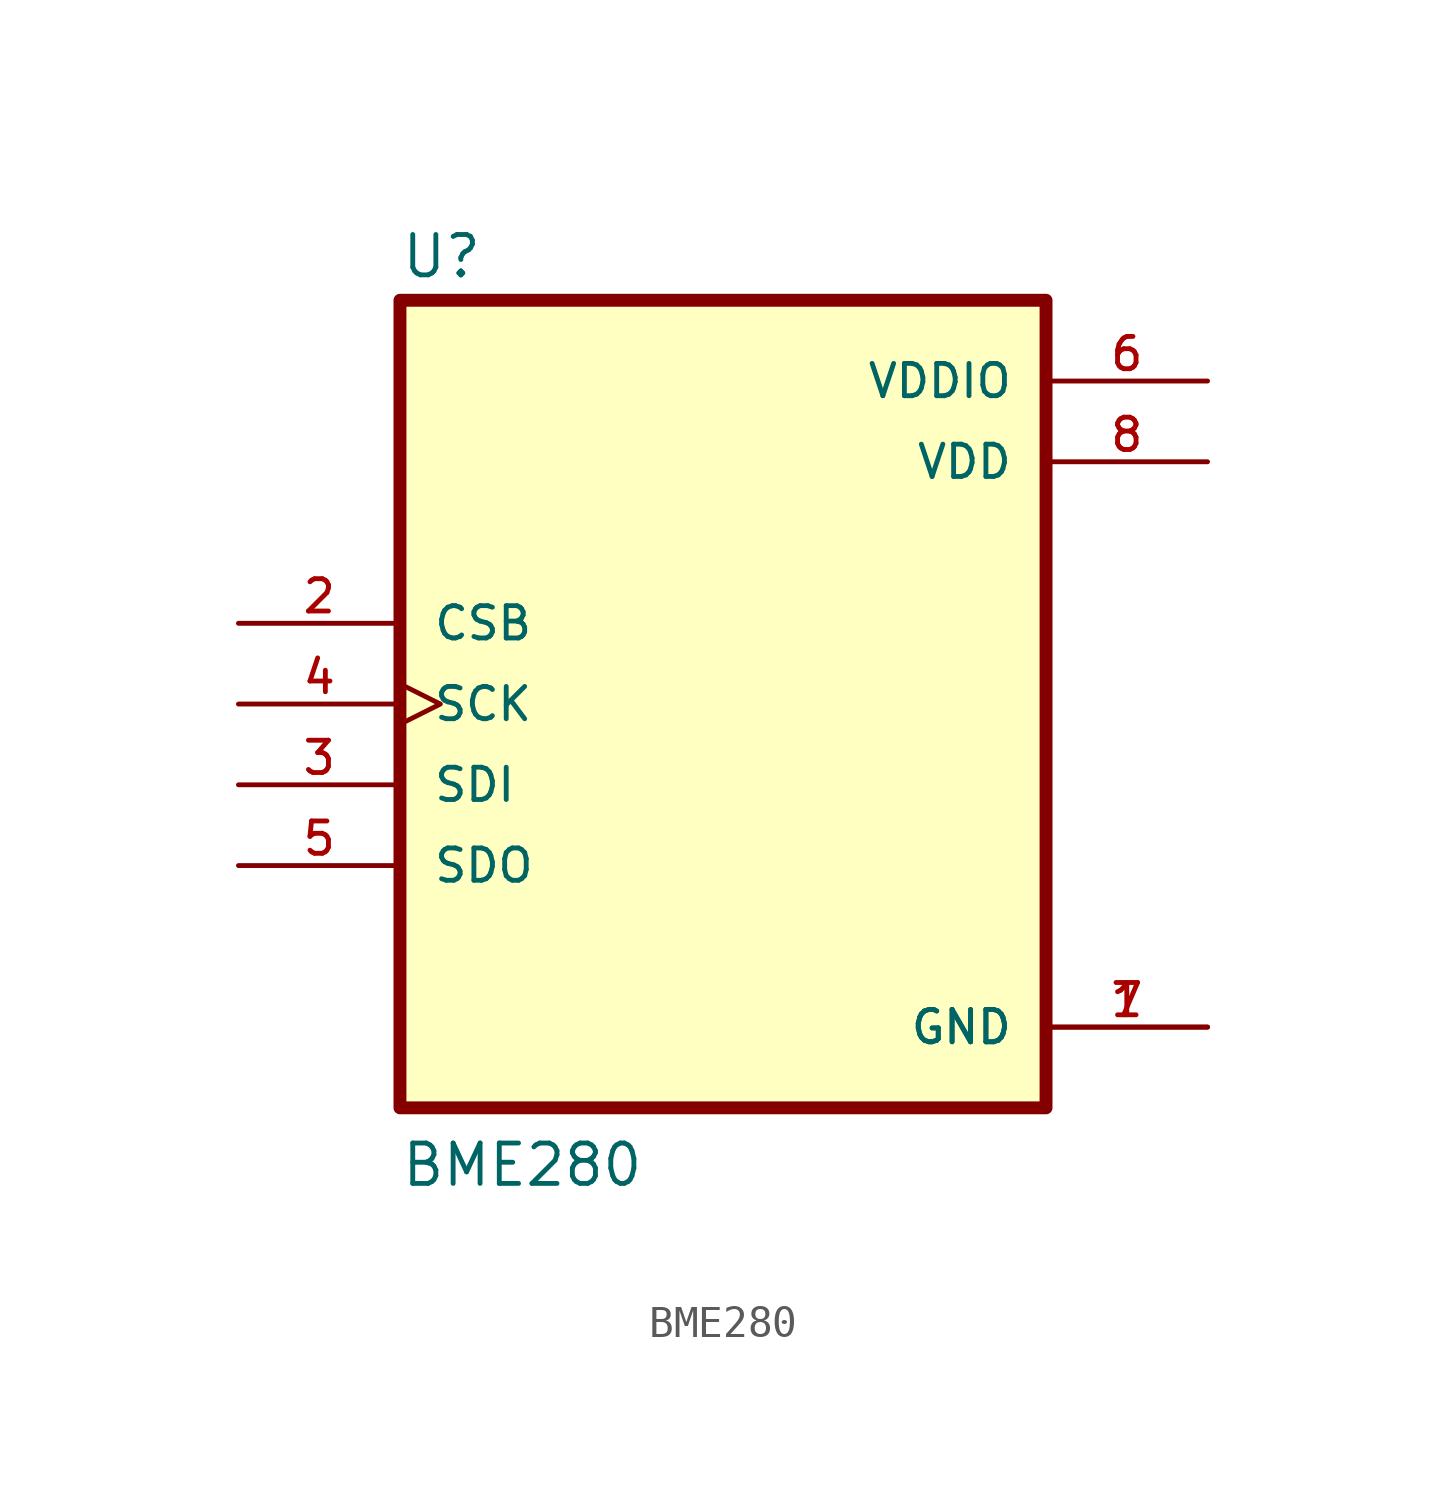
<source format=kicad_sym>
(kicad_symbol_lib
  (version 20220914)
  (generator kicad_symbol_editor)
  (symbol "BME280"
    (pin_names
      (offset 1.016))
    (property "Reference" "U"
      (at -10.16 13.335 0)
      (effects (font (size 1.27 1.27)) (justify left bottom)))
    (property "Value" "BME280"
      (at -10.16 -15.24 0)
      (effects (font (size 1.27 1.27)) (justify left bottom)))
    (property "ki_locked" ""
      (at 0 0 0)
      (effects (font (size 1.27 1.27))))
    (symbol "BME280_0_0"
      (rectangle (start -10.16 -12.7) (end 10.16 12.7) (stroke (width 0.406) (type solid)) (fill (type background)))
      (pin power_in line (at 15.24 -10.16 180) (length 5.08) (name "GND" (effects (font (size 1.016 1.016)))) (number "1" (effects (font (size 1.016 1.016)))))
      (pin input line (at -15.24 2.54 0) (length 5.08) (name "CSB" (effects (font (size 1.016 1.016)))) (number "2" (effects (font (size 1.016 1.016)))))
      (pin bidirectional line (at -15.24 -2.54 0) (length 5.08) (name "SDI" (effects (font (size 1.016 1.016)))) (number "3" (effects (font (size 1.016 1.016)))))
      (pin input clock (at -15.24 0 0) (length 5.08) (name "SCK" (effects (font (size 1.016 1.016)))) (number "4" (effects (font (size 1.016 1.016)))))
      (pin bidirectional line (at -15.24 -5.08 0) (length 5.08) (name "SDO" (effects (font (size 1.016 1.016)))) (number "5" (effects (font (size 1.016 1.016)))))
      (pin power_in line (at 15.24 10.16 180) (length 5.08) (name "VDDIO" (effects (font (size 1.016 1.016)))) (number "6" (effects (font (size 1.016 1.016)))))
      (pin power_in line (at 15.24 -10.16 180) (length 5.08) (name "GND" (effects (font (size 1.016 1.016)))) (number "7" (effects (font (size 1.016 1.016)))))
      (pin power_in line (at 15.24 7.62 180) (length 5.08) (name "VDD" (effects (font (size 1.016 1.016)))) (number "8" (effects (font (size 1.016 1.016))))))))
</source>
